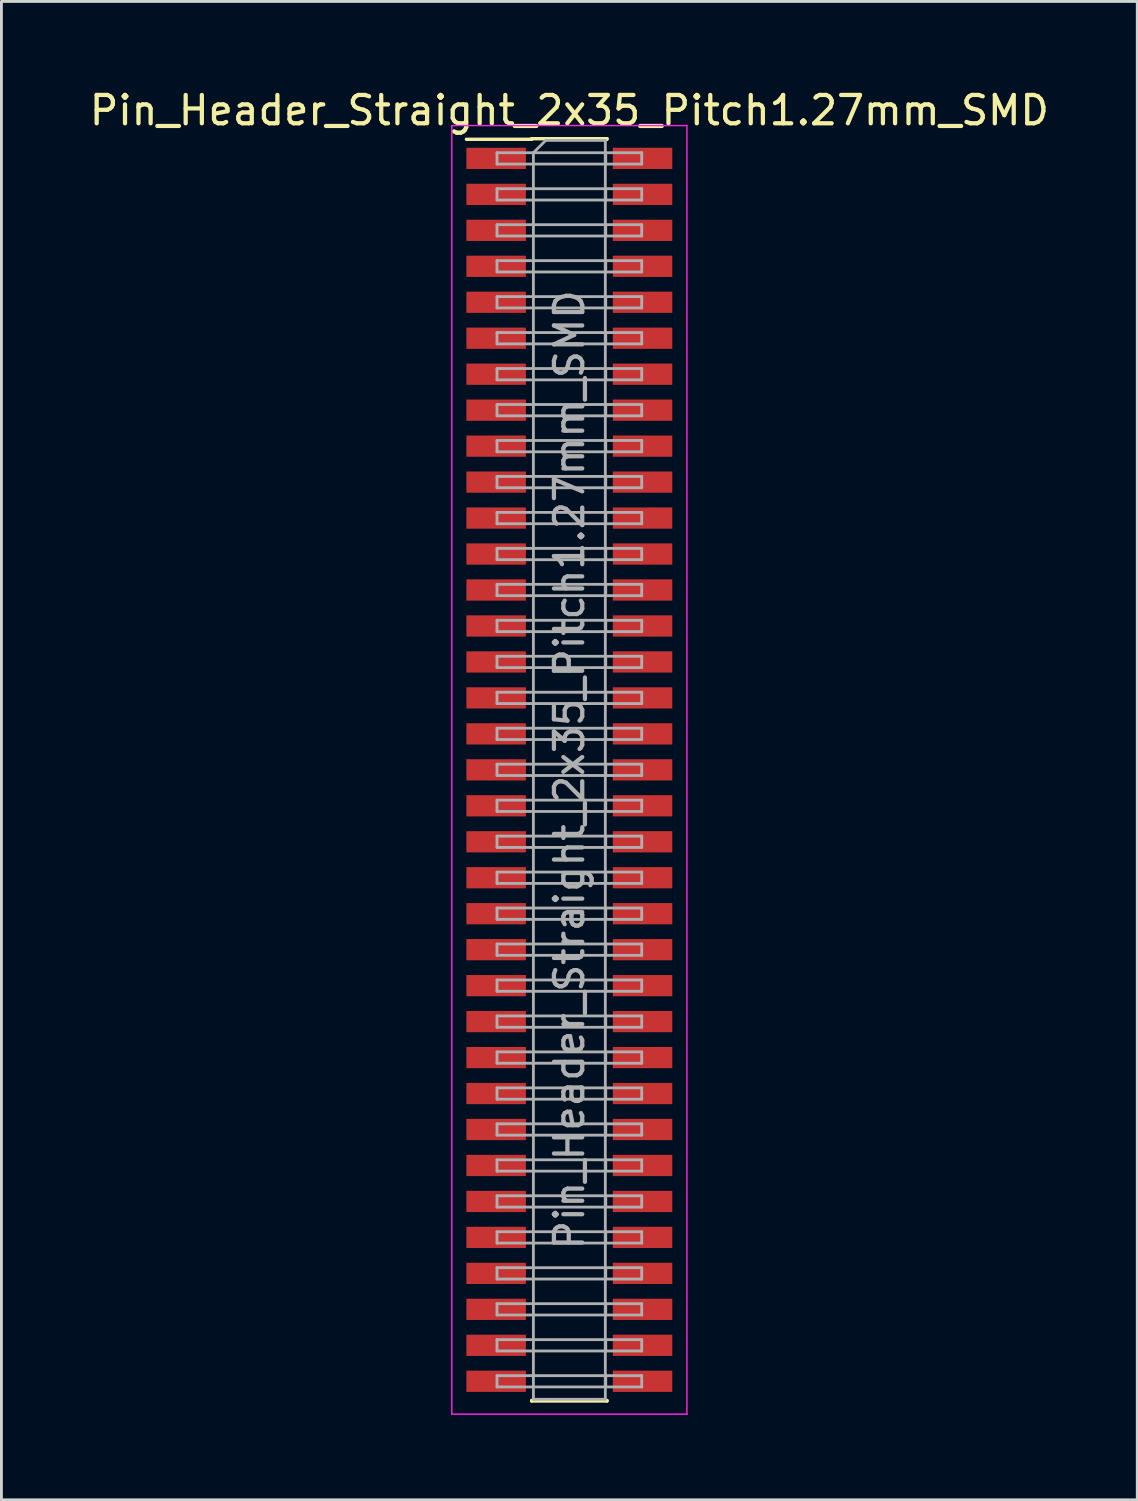
<source format=kicad_pcb>
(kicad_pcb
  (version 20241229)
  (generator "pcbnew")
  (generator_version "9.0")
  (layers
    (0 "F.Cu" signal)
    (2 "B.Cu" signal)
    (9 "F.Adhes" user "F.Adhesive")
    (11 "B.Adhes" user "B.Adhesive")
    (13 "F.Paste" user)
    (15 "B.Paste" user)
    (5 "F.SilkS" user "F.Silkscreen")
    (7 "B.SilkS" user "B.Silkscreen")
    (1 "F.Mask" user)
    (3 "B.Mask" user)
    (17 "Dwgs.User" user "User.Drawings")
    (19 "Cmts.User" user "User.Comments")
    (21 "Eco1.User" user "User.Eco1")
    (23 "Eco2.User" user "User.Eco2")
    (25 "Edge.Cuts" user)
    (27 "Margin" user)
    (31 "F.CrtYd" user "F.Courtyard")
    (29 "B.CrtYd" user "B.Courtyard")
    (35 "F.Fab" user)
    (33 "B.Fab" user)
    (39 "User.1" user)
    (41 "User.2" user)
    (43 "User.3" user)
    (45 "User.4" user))
  (footprint "Pin_Header_Straight_2x35_Pitch1.27mm_SMD"
    (layer "F.Cu")
    (at 17.054 24.133)
    (property "Reference" "Pin_Header_Straight_2x35_Pitch1.27mm_SMD" (at 0 -23.285 0) (layer "F.SilkS") (effects (font (size 1 1) (thickness 0.15))))
    (attr smd)
    (fp_line (start -3.635 -22.265) (end -1.33 -22.265) (stroke (width 0.12) (type solid)) (layer "F.SilkS"))
    (fp_line (start -1.33 -22.285) (end 1.33 -22.285) (stroke (width 0.12) (type solid)) (layer "F.SilkS"))
    (fp_line (start -1.33 -22.265) (end -1.33 -22.285) (stroke (width 0.12) (type solid)) (layer "F.SilkS"))
    (fp_line (start -1.33 22.265) (end -1.33 22.285) (stroke (width 0.12) (type solid)) (layer "F.SilkS"))
    (fp_line (start -1.33 22.285) (end 1.33 22.285) (stroke (width 0.12) (type solid)) (layer "F.SilkS"))
    (fp_line (start 1.33 -22.285) (end 1.33 -22.265) (stroke (width 0.12) (type solid)) (layer "F.SilkS"))
    (fp_line (start 1.33 22.285) (end 1.33 22.265) (stroke (width 0.12) (type solid)) (layer "F.SilkS"))
    (fp_line (start -4.15 -22.75) (end -4.15 22.75) (stroke (width 0.05) (type solid)) (layer "F.CrtYd"))
    (fp_line (start -4.15 22.75) (end 4.15 22.75) (stroke (width 0.05) (type solid)) (layer "F.CrtYd"))
    (fp_line (start 4.15 -22.75) (end -4.15 -22.75) (stroke (width 0.05) (type solid)) (layer "F.CrtYd"))
    (fp_line (start 4.15 22.75) (end 4.15 -22.75) (stroke (width 0.05) (type solid)) (layer "F.CrtYd"))
    (fp_line (start -2.555 -21.79) (end -2.555 -21.39) (stroke (width 0.1) (type solid)) (layer "F.Fab"))
    (fp_line (start -2.555 -21.39) (end -1.27 -21.39) (stroke (width 0.1) (type solid)) (layer "F.Fab"))
    (fp_line (start -2.555 -20.52) (end -2.555 -20.12) (stroke (width 0.1) (type solid)) (layer "F.Fab"))
    (fp_line (start -2.555 -20.12) (end -1.27 -20.12) (stroke (width 0.1) (type solid)) (layer "F.Fab"))
    (fp_line (start -2.555 -19.25) (end -2.555 -18.85) (stroke (width 0.1) (type solid)) (layer "F.Fab"))
    (fp_line (start -2.555 -18.85) (end -1.27 -18.85) (stroke (width 0.1) (type solid)) (layer "F.Fab"))
    (fp_line (start -2.555 -17.98) (end -2.555 -17.58) (stroke (width 0.1) (type solid)) (layer "F.Fab"))
    (fp_line (start -2.555 -17.58) (end -1.27 -17.58) (stroke (width 0.1) (type solid)) (layer "F.Fab"))
    (fp_line (start -2.555 -16.71) (end -2.555 -16.31) (stroke (width 0.1) (type solid)) (layer "F.Fab"))
    (fp_line (start -2.555 -16.31) (end -1.27 -16.31) (stroke (width 0.1) (type solid)) (layer "F.Fab"))
    (fp_line (start -2.555 -15.44) (end -2.555 -15.04) (stroke (width 0.1) (type solid)) (layer "F.Fab"))
    (fp_line (start -2.555 -15.04) (end -1.27 -15.04) (stroke (width 0.1) (type solid)) (layer "F.Fab"))
    (fp_line (start -2.555 -14.17) (end -2.555 -13.77) (stroke (width 0.1) (type solid)) (layer "F.Fab"))
    (fp_line (start -2.555 -13.77) (end -1.27 -13.77) (stroke (width 0.1) (type solid)) (layer "F.Fab"))
    (fp_line (start -2.555 -12.9) (end -2.555 -12.5) (stroke (width 0.1) (type solid)) (layer "F.Fab"))
    (fp_line (start -2.555 -12.5) (end -1.27 -12.5) (stroke (width 0.1) (type solid)) (layer "F.Fab"))
    (fp_line (start -2.555 -11.63) (end -2.555 -11.23) (stroke (width 0.1) (type solid)) (layer "F.Fab"))
    (fp_line (start -2.555 -11.23) (end -1.27 -11.23) (stroke (width 0.1) (type solid)) (layer "F.Fab"))
    (fp_line (start -2.555 -10.36) (end -2.555 -9.96) (stroke (width 0.1) (type solid)) (layer "F.Fab"))
    (fp_line (start -2.555 -9.96) (end -1.27 -9.96) (stroke (width 0.1) (type solid)) (layer "F.Fab"))
    (fp_line (start -2.555 -9.09) (end -2.555 -8.69) (stroke (width 0.1) (type solid)) (layer "F.Fab"))
    (fp_line (start -2.555 -8.69) (end -1.27 -8.69) (stroke (width 0.1) (type solid)) (layer "F.Fab"))
    (fp_line (start -2.555 -7.82) (end -2.555 -7.42) (stroke (width 0.1) (type solid)) (layer "F.Fab"))
    (fp_line (start -2.555 -7.42) (end -1.27 -7.42) (stroke (width 0.1) (type solid)) (layer "F.Fab"))
    (fp_line (start -2.555 -6.55) (end -2.555 -6.15) (stroke (width 0.1) (type solid)) (layer "F.Fab"))
    (fp_line (start -2.555 -6.15) (end -1.27 -6.15) (stroke (width 0.1) (type solid)) (layer "F.Fab"))
    (fp_line (start -2.555 -5.28) (end -2.555 -4.88) (stroke (width 0.1) (type solid)) (layer "F.Fab"))
    (fp_line (start -2.555 -4.88) (end -1.27 -4.88) (stroke (width 0.1) (type solid)) (layer "F.Fab"))
    (fp_line (start -2.555 -4.01) (end -2.555 -3.61) (stroke (width 0.1) (type solid)) (layer "F.Fab"))
    (fp_line (start -2.555 -3.61) (end -1.27 -3.61) (stroke (width 0.1) (type solid)) (layer "F.Fab"))
    (fp_line (start -2.555 -2.74) (end -2.555 -2.34) (stroke (width 0.1) (type solid)) (layer "F.Fab"))
    (fp_line (start -2.555 -2.34) (end -1.27 -2.34) (stroke (width 0.1) (type solid)) (layer "F.Fab"))
    (fp_line (start -2.555 -1.47) (end -2.555 -1.07) (stroke (width 0.1) (type solid)) (layer "F.Fab"))
    (fp_line (start -2.555 -1.07) (end -1.27 -1.07) (stroke (width 0.1) (type solid)) (layer "F.Fab"))
    (fp_line (start -2.555 -0.2) (end -2.555 0.2) (stroke (width 0.1) (type solid)) (layer "F.Fab"))
    (fp_line (start -2.555 0.2) (end -1.27 0.2) (stroke (width 0.1) (type solid)) (layer "F.Fab"))
    (fp_line (start -2.555 1.07) (end -2.555 1.47) (stroke (width 0.1) (type solid)) (layer "F.Fab"))
    (fp_line (start -2.555 1.47) (end -1.27 1.47) (stroke (width 0.1) (type solid)) (layer "F.Fab"))
    (fp_line (start -2.555 2.34) (end -2.555 2.74) (stroke (width 0.1) (type solid)) (layer "F.Fab"))
    (fp_line (start -2.555 2.74) (end -1.27 2.74) (stroke (width 0.1) (type solid)) (layer "F.Fab"))
    (fp_line (start -2.555 3.61) (end -2.555 4.01) (stroke (width 0.1) (type solid)) (layer "F.Fab"))
    (fp_line (start -2.555 4.01) (end -1.27 4.01) (stroke (width 0.1) (type solid)) (layer "F.Fab"))
    (fp_line (start -2.555 4.88) (end -2.555 5.28) (stroke (width 0.1) (type solid)) (layer "F.Fab"))
    (fp_line (start -2.555 5.28) (end -1.27 5.28) (stroke (width 0.1) (type solid)) (layer "F.Fab"))
    (fp_line (start -2.555 6.15) (end -2.555 6.55) (stroke (width 0.1) (type solid)) (layer "F.Fab"))
    (fp_line (start -2.555 6.55) (end -1.27 6.55) (stroke (width 0.1) (type solid)) (layer "F.Fab"))
    (fp_line (start -2.555 7.42) (end -2.555 7.82) (stroke (width 0.1) (type solid)) (layer "F.Fab"))
    (fp_line (start -2.555 7.82) (end -1.27 7.82) (stroke (width 0.1) (type solid)) (layer "F.Fab"))
    (fp_line (start -2.555 8.69) (end -2.555 9.09) (stroke (width 0.1) (type solid)) (layer "F.Fab"))
    (fp_line (start -2.555 9.09) (end -1.27 9.09) (stroke (width 0.1) (type solid)) (layer "F.Fab"))
    (fp_line (start -2.555 9.96) (end -2.555 10.36) (stroke (width 0.1) (type solid)) (layer "F.Fab"))
    (fp_line (start -2.555 10.36) (end -1.27 10.36) (stroke (width 0.1) (type solid)) (layer "F.Fab"))
    (fp_line (start -2.555 11.23) (end -2.555 11.63) (stroke (width 0.1) (type solid)) (layer "F.Fab"))
    (fp_line (start -2.555 11.63) (end -1.27 11.63) (stroke (width 0.1) (type solid)) (layer "F.Fab"))
    (fp_line (start -2.555 12.5) (end -2.555 12.9) (stroke (width 0.1) (type solid)) (layer "F.Fab"))
    (fp_line (start -2.555 12.9) (end -1.27 12.9) (stroke (width 0.1) (type solid)) (layer "F.Fab"))
    (fp_line (start -2.555 13.77) (end -2.555 14.17) (stroke (width 0.1) (type solid)) (layer "F.Fab"))
    (fp_line (start -2.555 14.17) (end -1.27 14.17) (stroke (width 0.1) (type solid)) (layer "F.Fab"))
    (fp_line (start -2.555 15.04) (end -2.555 15.44) (stroke (width 0.1) (type solid)) (layer "F.Fab"))
    (fp_line (start -2.555 15.44) (end -1.27 15.44) (stroke (width 0.1) (type solid)) (layer "F.Fab"))
    (fp_line (start -2.555 16.31) (end -2.555 16.71) (stroke (width 0.1) (type solid)) (layer "F.Fab"))
    (fp_line (start -2.555 16.71) (end -1.27 16.71) (stroke (width 0.1) (type solid)) (layer "F.Fab"))
    (fp_line (start -2.555 17.58) (end -2.555 17.98) (stroke (width 0.1) (type solid)) (layer "F.Fab"))
    (fp_line (start -2.555 17.98) (end -1.27 17.98) (stroke (width 0.1) (type solid)) (layer "F.Fab"))
    (fp_line (start -2.555 18.85) (end -2.555 19.25) (stroke (width 0.1) (type solid)) (layer "F.Fab"))
    (fp_line (start -2.555 19.25) (end -1.27 19.25) (stroke (width 0.1) (type solid)) (layer "F.Fab"))
    (fp_line (start -2.555 20.12) (end -2.555 20.52) (stroke (width 0.1) (type solid)) (layer "F.Fab"))
    (fp_line (start -2.555 20.52) (end -1.27 20.52) (stroke (width 0.1) (type solid)) (layer "F.Fab"))
    (fp_line (start -2.555 21.39) (end -2.555 21.79) (stroke (width 0.1) (type solid)) (layer "F.Fab"))
    (fp_line (start -2.555 21.79) (end -1.27 21.79) (stroke (width 0.1) (type solid)) (layer "F.Fab"))
    (fp_line (start -1.27 -21.79) (end -2.555 -21.79) (stroke (width 0.1) (type solid)) (layer "F.Fab"))
    (fp_line (start -1.27 -21.79) (end -0.835 -22.225) (stroke (width 0.1) (type solid)) (layer "F.Fab"))
    (fp_line (start -1.27 -21.79) (end 1.285 -21.79) (stroke (width 0.1) (type solid)) (layer "F.Fab"))
    (fp_line (start -1.27 -20.52) (end -2.555 -20.52) (stroke (width 0.1) (type solid)) (layer "F.Fab"))
    (fp_line (start -1.27 -20.52) (end 1.285 -20.52) (stroke (width 0.1) (type solid)) (layer "F.Fab"))
    (fp_line (start -1.27 -19.25) (end -2.555 -19.25) (stroke (width 0.1) (type solid)) (layer "F.Fab"))
    (fp_line (start -1.27 -19.25) (end 1.285 -19.25) (stroke (width 0.1) (type solid)) (layer "F.Fab"))
    (fp_line (start -1.27 -17.98) (end -2.555 -17.98) (stroke (width 0.1) (type solid)) (layer "F.Fab"))
    (fp_line (start -1.27 -17.98) (end 1.285 -17.98) (stroke (width 0.1) (type solid)) (layer "F.Fab"))
    (fp_line (start -1.27 -16.71) (end -2.555 -16.71) (stroke (width 0.1) (type solid)) (layer "F.Fab"))
    (fp_line (start -1.27 -16.71) (end 1.285 -16.71) (stroke (width 0.1) (type solid)) (layer "F.Fab"))
    (fp_line (start -1.27 -15.44) (end -2.555 -15.44) (stroke (width 0.1) (type solid)) (layer "F.Fab"))
    (fp_line (start -1.27 -15.44) (end 1.285 -15.44) (stroke (width 0.1) (type solid)) (layer "F.Fab"))
    (fp_line (start -1.27 -14.17) (end -2.555 -14.17) (stroke (width 0.1) (type solid)) (layer "F.Fab"))
    (fp_line (start -1.27 -14.17) (end 1.285 -14.17) (stroke (width 0.1) (type solid)) (layer "F.Fab"))
    (fp_line (start -1.27 -12.9) (end -2.555 -12.9) (stroke (width 0.1) (type solid)) (layer "F.Fab"))
    (fp_line (start -1.27 -12.9) (end 1.285 -12.9) (stroke (width 0.1) (type solid)) (layer "F.Fab"))
    (fp_line (start -1.27 -11.63) (end -2.555 -11.63) (stroke (width 0.1) (type solid)) (layer "F.Fab"))
    (fp_line (start -1.27 -11.63) (end 1.285 -11.63) (stroke (width 0.1) (type solid)) (layer "F.Fab"))
    (fp_line (start -1.27 -10.36) (end -2.555 -10.36) (stroke (width 0.1) (type solid)) (layer "F.Fab"))
    (fp_line (start -1.27 -10.36) (end 1.285 -10.36) (stroke (width 0.1) (type solid)) (layer "F.Fab"))
    (fp_line (start -1.27 -9.09) (end -2.555 -9.09) (stroke (width 0.1) (type solid)) (layer "F.Fab"))
    (fp_line (start -1.27 -9.09) (end 1.285 -9.09) (stroke (width 0.1) (type solid)) (layer "F.Fab"))
    (fp_line (start -1.27 -7.82) (end -2.555 -7.82) (stroke (width 0.1) (type solid)) (layer "F.Fab"))
    (fp_line (start -1.27 -7.82) (end 1.285 -7.82) (stroke (width 0.1) (type solid)) (layer "F.Fab"))
    (fp_line (start -1.27 -6.55) (end -2.555 -6.55) (stroke (width 0.1) (type solid)) (layer "F.Fab"))
    (fp_line (start -1.27 -6.55) (end 1.285 -6.55) (stroke (width 0.1) (type solid)) (layer "F.Fab"))
    (fp_line (start -1.27 -5.28) (end -2.555 -5.28) (stroke (width 0.1) (type solid)) (layer "F.Fab"))
    (fp_line (start -1.27 -5.28) (end 1.285 -5.28) (stroke (width 0.1) (type solid)) (layer "F.Fab"))
    (fp_line (start -1.27 -4.01) (end -2.555 -4.01) (stroke (width 0.1) (type solid)) (layer "F.Fab"))
    (fp_line (start -1.27 -4.01) (end 1.285 -4.01) (stroke (width 0.1) (type solid)) (layer "F.Fab"))
    (fp_line (start -1.27 -2.74) (end -2.555 -2.74) (stroke (width 0.1) (type solid)) (layer "F.Fab"))
    (fp_line (start -1.27 -2.74) (end 1.285 -2.74) (stroke (width 0.1) (type solid)) (layer "F.Fab"))
    (fp_line (start -1.27 -1.47) (end -2.555 -1.47) (stroke (width 0.1) (type solid)) (layer "F.Fab"))
    (fp_line (start -1.27 -1.47) (end 1.285 -1.47) (stroke (width 0.1) (type solid)) (layer "F.Fab"))
    (fp_line (start -1.27 -0.2) (end -2.555 -0.2) (stroke (width 0.1) (type solid)) (layer "F.Fab"))
    (fp_line (start -1.27 -0.2) (end 1.285 -0.2) (stroke (width 0.1) (type solid)) (layer "F.Fab"))
    (fp_line (start -1.27 1.07) (end -2.555 1.07) (stroke (width 0.1) (type solid)) (layer "F.Fab"))
    (fp_line (start -1.27 1.07) (end 1.285 1.07) (stroke (width 0.1) (type solid)) (layer "F.Fab"))
    (fp_line (start -1.27 2.34) (end -2.555 2.34) (stroke (width 0.1) (type solid)) (layer "F.Fab"))
    (fp_line (start -1.27 2.34) (end 1.285 2.34) (stroke (width 0.1) (type solid)) (layer "F.Fab"))
    (fp_line (start -1.27 3.61) (end -2.555 3.61) (stroke (width 0.1) (type solid)) (layer "F.Fab"))
    (fp_line (start -1.27 3.61) (end 1.285 3.61) (stroke (width 0.1) (type solid)) (layer "F.Fab"))
    (fp_line (start -1.27 4.88) (end -2.555 4.88) (stroke (width 0.1) (type solid)) (layer "F.Fab"))
    (fp_line (start -1.27 4.88) (end 1.285 4.88) (stroke (width 0.1) (type solid)) (layer "F.Fab"))
    (fp_line (start -1.27 6.15) (end -2.555 6.15) (stroke (width 0.1) (type solid)) (layer "F.Fab"))
    (fp_line (start -1.27 6.15) (end 1.285 6.15) (stroke (width 0.1) (type solid)) (layer "F.Fab"))
    (fp_line (start -1.27 7.42) (end -2.555 7.42) (stroke (width 0.1) (type solid)) (layer "F.Fab"))
    (fp_line (start -1.27 7.42) (end 1.285 7.42) (stroke (width 0.1) (type solid)) (layer "F.Fab"))
    (fp_line (start -1.27 8.69) (end -2.555 8.69) (stroke (width 0.1) (type solid)) (layer "F.Fab"))
    (fp_line (start -1.27 8.69) (end 1.285 8.69) (stroke (width 0.1) (type solid)) (layer "F.Fab"))
    (fp_line (start -1.27 9.96) (end -2.555 9.96) (stroke (width 0.1) (type solid)) (layer "F.Fab"))
    (fp_line (start -1.27 9.96) (end 1.285 9.96) (stroke (width 0.1) (type solid)) (layer "F.Fab"))
    (fp_line (start -1.27 11.23) (end -2.555 11.23) (stroke (width 0.1) (type solid)) (layer "F.Fab"))
    (fp_line (start -1.27 11.23) (end 1.285 11.23) (stroke (width 0.1) (type solid)) (layer "F.Fab"))
    (fp_line (start -1.27 12.5) (end -2.555 12.5) (stroke (width 0.1) (type solid)) (layer "F.Fab"))
    (fp_line (start -1.27 12.5) (end 1.285 12.5) (stroke (width 0.1) (type solid)) (layer "F.Fab"))
    (fp_line (start -1.27 13.77) (end -2.555 13.77) (stroke (width 0.1) (type solid)) (layer "F.Fab"))
    (fp_line (start -1.27 13.77) (end 1.285 13.77) (stroke (width 0.1) (type solid)) (layer "F.Fab"))
    (fp_line (start -1.27 15.04) (end -2.555 15.04) (stroke (width 0.1) (type solid)) (layer "F.Fab"))
    (fp_line (start -1.27 15.04) (end 1.285 15.04) (stroke (width 0.1) (type solid)) (layer "F.Fab"))
    (fp_line (start -1.27 16.31) (end -2.555 16.31) (stroke (width 0.1) (type solid)) (layer "F.Fab"))
    (fp_line (start -1.27 16.31) (end 1.285 16.31) (stroke (width 0.1) (type solid)) (layer "F.Fab"))
    (fp_line (start -1.27 17.58) (end -2.555 17.58) (stroke (width 0.1) (type solid)) (layer "F.Fab"))
    (fp_line (start -1.27 17.58) (end 1.285 17.58) (stroke (width 0.1) (type solid)) (layer "F.Fab"))
    (fp_line (start -1.27 18.85) (end -2.555 18.85) (stroke (width 0.1) (type solid)) (layer "F.Fab"))
    (fp_line (start -1.27 18.85) (end 1.285 18.85) (stroke (width 0.1) (type solid)) (layer "F.Fab"))
    (fp_line (start -1.27 20.12) (end -2.555 20.12) (stroke (width 0.1) (type solid)) (layer "F.Fab"))
    (fp_line (start -1.27 20.12) (end 1.285 20.12) (stroke (width 0.1) (type solid)) (layer "F.Fab"))
    (fp_line (start -1.27 21.39) (end -2.555 21.39) (stroke (width 0.1) (type solid)) (layer "F.Fab"))
    (fp_line (start -1.27 21.39) (end 1.285 21.39) (stroke (width 0.1) (type solid)) (layer "F.Fab"))
    (fp_line (start -1.27 22.225) (end -1.27 -21.79) (stroke (width 0.1) (type solid)) (layer "F.Fab"))
    (fp_line (start -0.835 -22.225) (end 1.27 -22.225) (stroke (width 0.1) (type solid)) (layer "F.Fab"))
    (fp_line (start 1.27 -22.225) (end 1.27 22.225) (stroke (width 0.1) (type solid)) (layer "F.Fab"))
    (fp_line (start 1.27 -21.79) (end 1.27 -21.39) (stroke (width 0.1) (type solid)) (layer "F.Fab"))
    (fp_line (start 1.27 -21.39) (end 2.555 -21.39) (stroke (width 0.1) (type solid)) (layer "F.Fab"))
    (fp_line (start 1.27 -20.52) (end 1.27 -20.12) (stroke (width 0.1) (type solid)) (layer "F.Fab"))
    (fp_line (start 1.27 -20.12) (end 2.555 -20.12) (stroke (width 0.1) (type solid)) (layer "F.Fab"))
    (fp_line (start 1.27 -19.25) (end 1.27 -18.85) (stroke (width 0.1) (type solid)) (layer "F.Fab"))
    (fp_line (start 1.27 -18.85) (end 2.555 -18.85) (stroke (width 0.1) (type solid)) (layer "F.Fab"))
    (fp_line (start 1.27 -17.98) (end 1.27 -17.58) (stroke (width 0.1) (type solid)) (layer "F.Fab"))
    (fp_line (start 1.27 -17.58) (end 2.555 -17.58) (stroke (width 0.1) (type solid)) (layer "F.Fab"))
    (fp_line (start 1.27 -16.71) (end 1.27 -16.31) (stroke (width 0.1) (type solid)) (layer "F.Fab"))
    (fp_line (start 1.27 -16.31) (end 2.555 -16.31) (stroke (width 0.1) (type solid)) (layer "F.Fab"))
    (fp_line (start 1.27 -15.44) (end 1.27 -15.04) (stroke (width 0.1) (type solid)) (layer "F.Fab"))
    (fp_line (start 1.27 -15.04) (end 2.555 -15.04) (stroke (width 0.1) (type solid)) (layer "F.Fab"))
    (fp_line (start 1.27 -14.17) (end 1.27 -13.77) (stroke (width 0.1) (type solid)) (layer "F.Fab"))
    (fp_line (start 1.27 -13.77) (end 2.555 -13.77) (stroke (width 0.1) (type solid)) (layer "F.Fab"))
    (fp_line (start 1.27 -12.9) (end 1.27 -12.5) (stroke (width 0.1) (type solid)) (layer "F.Fab"))
    (fp_line (start 1.27 -12.5) (end 2.555 -12.5) (stroke (width 0.1) (type solid)) (layer "F.Fab"))
    (fp_line (start 1.27 -11.63) (end 1.27 -11.23) (stroke (width 0.1) (type solid)) (layer "F.Fab"))
    (fp_line (start 1.27 -11.23) (end 2.555 -11.23) (stroke (width 0.1) (type solid)) (layer "F.Fab"))
    (fp_line (start 1.27 -10.36) (end 1.27 -9.96) (stroke (width 0.1) (type solid)) (layer "F.Fab"))
    (fp_line (start 1.27 -9.96) (end 2.555 -9.96) (stroke (width 0.1) (type solid)) (layer "F.Fab"))
    (fp_line (start 1.27 -9.09) (end 1.27 -8.69) (stroke (width 0.1) (type solid)) (layer "F.Fab"))
    (fp_line (start 1.27 -8.69) (end 2.555 -8.69) (stroke (width 0.1) (type solid)) (layer "F.Fab"))
    (fp_line (start 1.27 -7.82) (end 1.27 -7.42) (stroke (width 0.1) (type solid)) (layer "F.Fab"))
    (fp_line (start 1.27 -7.42) (end 2.555 -7.42) (stroke (width 0.1) (type solid)) (layer "F.Fab"))
    (fp_line (start 1.27 -6.55) (end 1.27 -6.15) (stroke (width 0.1) (type solid)) (layer "F.Fab"))
    (fp_line (start 1.27 -6.15) (end 2.555 -6.15) (stroke (width 0.1) (type solid)) (layer "F.Fab"))
    (fp_line (start 1.27 -5.28) (end 1.27 -4.88) (stroke (width 0.1) (type solid)) (layer "F.Fab"))
    (fp_line (start 1.27 -4.88) (end 2.555 -4.88) (stroke (width 0.1) (type solid)) (layer "F.Fab"))
    (fp_line (start 1.27 -4.01) (end 1.27 -3.61) (stroke (width 0.1) (type solid)) (layer "F.Fab"))
    (fp_line (start 1.27 -3.61) (end 2.555 -3.61) (stroke (width 0.1) (type solid)) (layer "F.Fab"))
    (fp_line (start 1.27 -2.74) (end 1.27 -2.34) (stroke (width 0.1) (type solid)) (layer "F.Fab"))
    (fp_line (start 1.27 -2.34) (end 2.555 -2.34) (stroke (width 0.1) (type solid)) (layer "F.Fab"))
    (fp_line (start 1.27 -1.47) (end 1.27 -1.07) (stroke (width 0.1) (type solid)) (layer "F.Fab"))
    (fp_line (start 1.27 -1.07) (end 2.555 -1.07) (stroke (width 0.1) (type solid)) (layer "F.Fab"))
    (fp_line (start 1.27 -0.2) (end 1.27 0.2) (stroke (width 0.1) (type solid)) (layer "F.Fab"))
    (fp_line (start 1.27 0.2) (end 2.555 0.2) (stroke (width 0.1) (type solid)) (layer "F.Fab"))
    (fp_line (start 1.27 1.07) (end 1.27 1.47) (stroke (width 0.1) (type solid)) (layer "F.Fab"))
    (fp_line (start 1.27 1.47) (end 2.555 1.47) (stroke (width 0.1) (type solid)) (layer "F.Fab"))
    (fp_line (start 1.27 2.34) (end 1.27 2.74) (stroke (width 0.1) (type solid)) (layer "F.Fab"))
    (fp_line (start 1.27 2.74) (end 2.555 2.74) (stroke (width 0.1) (type solid)) (layer "F.Fab"))
    (fp_line (start 1.27 3.61) (end 1.27 4.01) (stroke (width 0.1) (type solid)) (layer "F.Fab"))
    (fp_line (start 1.27 4.01) (end 2.555 4.01) (stroke (width 0.1) (type solid)) (layer "F.Fab"))
    (fp_line (start 1.27 4.88) (end 1.27 5.28) (stroke (width 0.1) (type solid)) (layer "F.Fab"))
    (fp_line (start 1.27 5.28) (end 2.555 5.28) (stroke (width 0.1) (type solid)) (layer "F.Fab"))
    (fp_line (start 1.27 6.15) (end 1.27 6.55) (stroke (width 0.1) (type solid)) (layer "F.Fab"))
    (fp_line (start 1.27 6.55) (end 2.555 6.55) (stroke (width 0.1) (type solid)) (layer "F.Fab"))
    (fp_line (start 1.27 7.42) (end 1.27 7.82) (stroke (width 0.1) (type solid)) (layer "F.Fab"))
    (fp_line (start 1.27 7.82) (end 2.555 7.82) (stroke (width 0.1) (type solid)) (layer "F.Fab"))
    (fp_line (start 1.27 8.69) (end 1.27 9.09) (stroke (width 0.1) (type solid)) (layer "F.Fab"))
    (fp_line (start 1.27 9.09) (end 2.555 9.09) (stroke (width 0.1) (type solid)) (layer "F.Fab"))
    (fp_line (start 1.27 9.96) (end 1.27 10.36) (stroke (width 0.1) (type solid)) (layer "F.Fab"))
    (fp_line (start 1.27 10.36) (end 2.555 10.36) (stroke (width 0.1) (type solid)) (layer "F.Fab"))
    (fp_line (start 1.27 11.23) (end 1.27 11.63) (stroke (width 0.1) (type solid)) (layer "F.Fab"))
    (fp_line (start 1.27 11.63) (end 2.555 11.63) (stroke (width 0.1) (type solid)) (layer "F.Fab"))
    (fp_line (start 1.27 12.5) (end 1.27 12.9) (stroke (width 0.1) (type solid)) (layer "F.Fab"))
    (fp_line (start 1.27 12.9) (end 2.555 12.9) (stroke (width 0.1) (type solid)) (layer "F.Fab"))
    (fp_line (start 1.27 13.77) (end 1.27 14.17) (stroke (width 0.1) (type solid)) (layer "F.Fab"))
    (fp_line (start 1.27 14.17) (end 2.555 14.17) (stroke (width 0.1) (type solid)) (layer "F.Fab"))
    (fp_line (start 1.27 15.04) (end 1.27 15.44) (stroke (width 0.1) (type solid)) (layer "F.Fab"))
    (fp_line (start 1.27 15.44) (end 2.555 15.44) (stroke (width 0.1) (type solid)) (layer "F.Fab"))
    (fp_line (start 1.27 16.31) (end 1.27 16.71) (stroke (width 0.1) (type solid)) (layer "F.Fab"))
    (fp_line (start 1.27 16.71) (end 2.555 16.71) (stroke (width 0.1) (type solid)) (layer "F.Fab"))
    (fp_line (start 1.27 17.58) (end 1.27 17.98) (stroke (width 0.1) (type solid)) (layer "F.Fab"))
    (fp_line (start 1.27 17.98) (end 2.555 17.98) (stroke (width 0.1) (type solid)) (layer "F.Fab"))
    (fp_line (start 1.27 18.85) (end 1.27 19.25) (stroke (width 0.1) (type solid)) (layer "F.Fab"))
    (fp_line (start 1.27 19.25) (end 2.555 19.25) (stroke (width 0.1) (type solid)) (layer "F.Fab"))
    (fp_line (start 1.27 20.12) (end 1.27 20.52) (stroke (width 0.1) (type solid)) (layer "F.Fab"))
    (fp_line (start 1.27 20.52) (end 2.555 20.52) (stroke (width 0.1) (type solid)) (layer "F.Fab"))
    (fp_line (start 1.27 21.39) (end 1.27 21.79) (stroke (width 0.1) (type solid)) (layer "F.Fab"))
    (fp_line (start 1.27 21.79) (end 2.555 21.79) (stroke (width 0.1) (type solid)) (layer "F.Fab"))
    (fp_line (start 1.27 22.225) (end -1.27 22.225) (stroke (width 0.1) (type solid)) (layer "F.Fab"))
    (fp_line (start 1.285 -21.79) (end 1.285 -21.39) (stroke (width 0.1) (type solid)) (layer "F.Fab"))
    (fp_line (start 1.285 -21.39) (end -1.27 -21.39) (stroke (width 0.1) (type solid)) (layer "F.Fab"))
    (fp_line (start 1.285 -20.52) (end 1.285 -20.12) (stroke (width 0.1) (type solid)) (layer "F.Fab"))
    (fp_line (start 1.285 -20.12) (end -1.27 -20.12) (stroke (width 0.1) (type solid)) (layer "F.Fab"))
    (fp_line (start 1.285 -19.25) (end 1.285 -18.85) (stroke (width 0.1) (type solid)) (layer "F.Fab"))
    (fp_line (start 1.285 -18.85) (end -1.27 -18.85) (stroke (width 0.1) (type solid)) (layer "F.Fab"))
    (fp_line (start 1.285 -17.98) (end 1.285 -17.58) (stroke (width 0.1) (type solid)) (layer "F.Fab"))
    (fp_line (start 1.285 -17.58) (end -1.27 -17.58) (stroke (width 0.1) (type solid)) (layer "F.Fab"))
    (fp_line (start 1.285 -16.71) (end 1.285 -16.31) (stroke (width 0.1) (type solid)) (layer "F.Fab"))
    (fp_line (start 1.285 -16.31) (end -1.27 -16.31) (stroke (width 0.1) (type solid)) (layer "F.Fab"))
    (fp_line (start 1.285 -15.44) (end 1.285 -15.04) (stroke (width 0.1) (type solid)) (layer "F.Fab"))
    (fp_line (start 1.285 -15.04) (end -1.27 -15.04) (stroke (width 0.1) (type solid)) (layer "F.Fab"))
    (fp_line (start 1.285 -14.17) (end 1.285 -13.77) (stroke (width 0.1) (type solid)) (layer "F.Fab"))
    (fp_line (start 1.285 -13.77) (end -1.27 -13.77) (stroke (width 0.1) (type solid)) (layer "F.Fab"))
    (fp_line (start 1.285 -12.9) (end 1.285 -12.5) (stroke (width 0.1) (type solid)) (layer "F.Fab"))
    (fp_line (start 1.285 -12.5) (end -1.27 -12.5) (stroke (width 0.1) (type solid)) (layer "F.Fab"))
    (fp_line (start 1.285 -11.63) (end 1.285 -11.23) (stroke (width 0.1) (type solid)) (layer "F.Fab"))
    (fp_line (start 1.285 -11.23) (end -1.27 -11.23) (stroke (width 0.1) (type solid)) (layer "F.Fab"))
    (fp_line (start 1.285 -10.36) (end 1.285 -9.96) (stroke (width 0.1) (type solid)) (layer "F.Fab"))
    (fp_line (start 1.285 -9.96) (end -1.27 -9.96) (stroke (width 0.1) (type solid)) (layer "F.Fab"))
    (fp_line (start 1.285 -9.09) (end 1.285 -8.69) (stroke (width 0.1) (type solid)) (layer "F.Fab"))
    (fp_line (start 1.285 -8.69) (end -1.27 -8.69) (stroke (width 0.1) (type solid)) (layer "F.Fab"))
    (fp_line (start 1.285 -7.82) (end 1.285 -7.42) (stroke (width 0.1) (type solid)) (layer "F.Fab"))
    (fp_line (start 1.285 -7.42) (end -1.27 -7.42) (stroke (width 0.1) (type solid)) (layer "F.Fab"))
    (fp_line (start 1.285 -6.55) (end 1.285 -6.15) (stroke (width 0.1) (type solid)) (layer "F.Fab"))
    (fp_line (start 1.285 -6.15) (end -1.27 -6.15) (stroke (width 0.1) (type solid)) (layer "F.Fab"))
    (fp_line (start 1.285 -5.28) (end 1.285 -4.88) (stroke (width 0.1) (type solid)) (layer "F.Fab"))
    (fp_line (start 1.285 -4.88) (end -1.27 -4.88) (stroke (width 0.1) (type solid)) (layer "F.Fab"))
    (fp_line (start 1.285 -4.01) (end 1.285 -3.61) (stroke (width 0.1) (type solid)) (layer "F.Fab"))
    (fp_line (start 1.285 -3.61) (end -1.27 -3.61) (stroke (width 0.1) (type solid)) (layer "F.Fab"))
    (fp_line (start 1.285 -2.74) (end 1.285 -2.34) (stroke (width 0.1) (type solid)) (layer "F.Fab"))
    (fp_line (start 1.285 -2.34) (end -1.27 -2.34) (stroke (width 0.1) (type solid)) (layer "F.Fab"))
    (fp_line (start 1.285 -1.47) (end 1.285 -1.07) (stroke (width 0.1) (type solid)) (layer "F.Fab"))
    (fp_line (start 1.285 -1.07) (end -1.27 -1.07) (stroke (width 0.1) (type solid)) (layer "F.Fab"))
    (fp_line (start 1.285 -0.2) (end 1.285 0.2) (stroke (width 0.1) (type solid)) (layer "F.Fab"))
    (fp_line (start 1.285 0.2) (end -1.27 0.2) (stroke (width 0.1) (type solid)) (layer "F.Fab"))
    (fp_line (start 1.285 1.07) (end 1.285 1.47) (stroke (width 0.1) (type solid)) (layer "F.Fab"))
    (fp_line (start 1.285 1.47) (end -1.27 1.47) (stroke (width 0.1) (type solid)) (layer "F.Fab"))
    (fp_line (start 1.285 2.34) (end 1.285 2.74) (stroke (width 0.1) (type solid)) (layer "F.Fab"))
    (fp_line (start 1.285 2.74) (end -1.27 2.74) (stroke (width 0.1) (type solid)) (layer "F.Fab"))
    (fp_line (start 1.285 3.61) (end 1.285 4.01) (stroke (width 0.1) (type solid)) (layer "F.Fab"))
    (fp_line (start 1.285 4.01) (end -1.27 4.01) (stroke (width 0.1) (type solid)) (layer "F.Fab"))
    (fp_line (start 1.285 4.88) (end 1.285 5.28) (stroke (width 0.1) (type solid)) (layer "F.Fab"))
    (fp_line (start 1.285 5.28) (end -1.27 5.28) (stroke (width 0.1) (type solid)) (layer "F.Fab"))
    (fp_line (start 1.285 6.15) (end 1.285 6.55) (stroke (width 0.1) (type solid)) (layer "F.Fab"))
    (fp_line (start 1.285 6.55) (end -1.27 6.55) (stroke (width 0.1) (type solid)) (layer "F.Fab"))
    (fp_line (start 1.285 7.42) (end 1.285 7.82) (stroke (width 0.1) (type solid)) (layer "F.Fab"))
    (fp_line (start 1.285 7.82) (end -1.27 7.82) (stroke (width 0.1) (type solid)) (layer "F.Fab"))
    (fp_line (start 1.285 8.69) (end 1.285 9.09) (stroke (width 0.1) (type solid)) (layer "F.Fab"))
    (fp_line (start 1.285 9.09) (end -1.27 9.09) (stroke (width 0.1) (type solid)) (layer "F.Fab"))
    (fp_line (start 1.285 9.96) (end 1.285 10.36) (stroke (width 0.1) (type solid)) (layer "F.Fab"))
    (fp_line (start 1.285 10.36) (end -1.27 10.36) (stroke (width 0.1) (type solid)) (layer "F.Fab"))
    (fp_line (start 1.285 11.23) (end 1.285 11.63) (stroke (width 0.1) (type solid)) (layer "F.Fab"))
    (fp_line (start 1.285 11.63) (end -1.27 11.63) (stroke (width 0.1) (type solid)) (layer "F.Fab"))
    (fp_line (start 1.285 12.5) (end 1.285 12.9) (stroke (width 0.1) (type solid)) (layer "F.Fab"))
    (fp_line (start 1.285 12.9) (end -1.27 12.9) (stroke (width 0.1) (type solid)) (layer "F.Fab"))
    (fp_line (start 1.285 13.77) (end 1.285 14.17) (stroke (width 0.1) (type solid)) (layer "F.Fab"))
    (fp_line (start 1.285 14.17) (end -1.27 14.17) (stroke (width 0.1) (type solid)) (layer "F.Fab"))
    (fp_line (start 1.285 15.04) (end 1.285 15.44) (stroke (width 0.1) (type solid)) (layer "F.Fab"))
    (fp_line (start 1.285 15.44) (end -1.27 15.44) (stroke (width 0.1) (type solid)) (layer "F.Fab"))
    (fp_line (start 1.285 16.31) (end 1.285 16.71) (stroke (width 0.1) (type solid)) (layer "F.Fab"))
    (fp_line (start 1.285 16.71) (end -1.27 16.71) (stroke (width 0.1) (type solid)) (layer "F.Fab"))
    (fp_line (start 1.285 17.58) (end 1.285 17.98) (stroke (width 0.1) (type solid)) (layer "F.Fab"))
    (fp_line (start 1.285 17.98) (end -1.27 17.98) (stroke (width 0.1) (type solid)) (layer "F.Fab"))
    (fp_line (start 1.285 18.85) (end 1.285 19.25) (stroke (width 0.1) (type solid)) (layer "F.Fab"))
    (fp_line (start 1.285 19.25) (end -1.27 19.25) (stroke (width 0.1) (type solid)) (layer "F.Fab"))
    (fp_line (start 1.285 20.12) (end 1.285 20.52) (stroke (width 0.1) (type solid)) (layer "F.Fab"))
    (fp_line (start 1.285 20.52) (end -1.27 20.52) (stroke (width 0.1) (type solid)) (layer "F.Fab"))
    (fp_line (start 1.285 21.39) (end 1.285 21.79) (stroke (width 0.1) (type solid)) (layer "F.Fab"))
    (fp_line (start 1.285 21.79) (end -1.27 21.79) (stroke (width 0.1) (type solid)) (layer "F.Fab"))
    (fp_line (start 2.555 -21.79) (end 1.27 -21.79) (stroke (width 0.1) (type solid)) (layer "F.Fab"))
    (fp_line (start 2.555 -21.39) (end 2.555 -21.79) (stroke (width 0.1) (type solid)) (layer "F.Fab"))
    (fp_line (start 2.555 -20.52) (end 1.27 -20.52) (stroke (width 0.1) (type solid)) (layer "F.Fab"))
    (fp_line (start 2.555 -20.12) (end 2.555 -20.52) (stroke (width 0.1) (type solid)) (layer "F.Fab"))
    (fp_line (start 2.555 -19.25) (end 1.27 -19.25) (stroke (width 0.1) (type solid)) (layer "F.Fab"))
    (fp_line (start 2.555 -18.85) (end 2.555 -19.25) (stroke (width 0.1) (type solid)) (layer "F.Fab"))
    (fp_line (start 2.555 -17.98) (end 1.27 -17.98) (stroke (width 0.1) (type solid)) (layer "F.Fab"))
    (fp_line (start 2.555 -17.58) (end 2.555 -17.98) (stroke (width 0.1) (type solid)) (layer "F.Fab"))
    (fp_line (start 2.555 -16.71) (end 1.27 -16.71) (stroke (width 0.1) (type solid)) (layer "F.Fab"))
    (fp_line (start 2.555 -16.31) (end 2.555 -16.71) (stroke (width 0.1) (type solid)) (layer "F.Fab"))
    (fp_line (start 2.555 -15.44) (end 1.27 -15.44) (stroke (width 0.1) (type solid)) (layer "F.Fab"))
    (fp_line (start 2.555 -15.04) (end 2.555 -15.44) (stroke (width 0.1) (type solid)) (layer "F.Fab"))
    (fp_line (start 2.555 -14.17) (end 1.27 -14.17) (stroke (width 0.1) (type solid)) (layer "F.Fab"))
    (fp_line (start 2.555 -13.77) (end 2.555 -14.17) (stroke (width 0.1) (type solid)) (layer "F.Fab"))
    (fp_line (start 2.555 -12.9) (end 1.27 -12.9) (stroke (width 0.1) (type solid)) (layer "F.Fab"))
    (fp_line (start 2.555 -12.5) (end 2.555 -12.9) (stroke (width 0.1) (type solid)) (layer "F.Fab"))
    (fp_line (start 2.555 -11.63) (end 1.27 -11.63) (stroke (width 0.1) (type solid)) (layer "F.Fab"))
    (fp_line (start 2.555 -11.23) (end 2.555 -11.63) (stroke (width 0.1) (type solid)) (layer "F.Fab"))
    (fp_line (start 2.555 -10.36) (end 1.27 -10.36) (stroke (width 0.1) (type solid)) (layer "F.Fab"))
    (fp_line (start 2.555 -9.96) (end 2.555 -10.36) (stroke (width 0.1) (type solid)) (layer "F.Fab"))
    (fp_line (start 2.555 -9.09) (end 1.27 -9.09) (stroke (width 0.1) (type solid)) (layer "F.Fab"))
    (fp_line (start 2.555 -8.69) (end 2.555 -9.09) (stroke (width 0.1) (type solid)) (layer "F.Fab"))
    (fp_line (start 2.555 -7.82) (end 1.27 -7.82) (stroke (width 0.1) (type solid)) (layer "F.Fab"))
    (fp_line (start 2.555 -7.42) (end 2.555 -7.82) (stroke (width 0.1) (type solid)) (layer "F.Fab"))
    (fp_line (start 2.555 -6.55) (end 1.27 -6.55) (stroke (width 0.1) (type solid)) (layer "F.Fab"))
    (fp_line (start 2.555 -6.15) (end 2.555 -6.55) (stroke (width 0.1) (type solid)) (layer "F.Fab"))
    (fp_line (start 2.555 -5.28) (end 1.27 -5.28) (stroke (width 0.1) (type solid)) (layer "F.Fab"))
    (fp_line (start 2.555 -4.88) (end 2.555 -5.28) (stroke (width 0.1) (type solid)) (layer "F.Fab"))
    (fp_line (start 2.555 -4.01) (end 1.27 -4.01) (stroke (width 0.1) (type solid)) (layer "F.Fab"))
    (fp_line (start 2.555 -3.61) (end 2.555 -4.01) (stroke (width 0.1) (type solid)) (layer "F.Fab"))
    (fp_line (start 2.555 -2.74) (end 1.27 -2.74) (stroke (width 0.1) (type solid)) (layer "F.Fab"))
    (fp_line (start 2.555 -2.34) (end 2.555 -2.74) (stroke (width 0.1) (type solid)) (layer "F.Fab"))
    (fp_line (start 2.555 -1.47) (end 1.27 -1.47) (stroke (width 0.1) (type solid)) (layer "F.Fab"))
    (fp_line (start 2.555 -1.07) (end 2.555 -1.47) (stroke (width 0.1) (type solid)) (layer "F.Fab"))
    (fp_line (start 2.555 -0.2) (end 1.27 -0.2) (stroke (width 0.1) (type solid)) (layer "F.Fab"))
    (fp_line (start 2.555 0.2) (end 2.555 -0.2) (stroke (width 0.1) (type solid)) (layer "F.Fab"))
    (fp_line (start 2.555 1.07) (end 1.27 1.07) (stroke (width 0.1) (type solid)) (layer "F.Fab"))
    (fp_line (start 2.555 1.47) (end 2.555 1.07) (stroke (width 0.1) (type solid)) (layer "F.Fab"))
    (fp_line (start 2.555 2.34) (end 1.27 2.34) (stroke (width 0.1) (type solid)) (layer "F.Fab"))
    (fp_line (start 2.555 2.74) (end 2.555 2.34) (stroke (width 0.1) (type solid)) (layer "F.Fab"))
    (fp_line (start 2.555 3.61) (end 1.27 3.61) (stroke (width 0.1) (type solid)) (layer "F.Fab"))
    (fp_line (start 2.555 4.01) (end 2.555 3.61) (stroke (width 0.1) (type solid)) (layer "F.Fab"))
    (fp_line (start 2.555 4.88) (end 1.27 4.88) (stroke (width 0.1) (type solid)) (layer "F.Fab"))
    (fp_line (start 2.555 5.28) (end 2.555 4.88) (stroke (width 0.1) (type solid)) (layer "F.Fab"))
    (fp_line (start 2.555 6.15) (end 1.27 6.15) (stroke (width 0.1) (type solid)) (layer "F.Fab"))
    (fp_line (start 2.555 6.55) (end 2.555 6.15) (stroke (width 0.1) (type solid)) (layer "F.Fab"))
    (fp_line (start 2.555 7.42) (end 1.27 7.42) (stroke (width 0.1) (type solid)) (layer "F.Fab"))
    (fp_line (start 2.555 7.82) (end 2.555 7.42) (stroke (width 0.1) (type solid)) (layer "F.Fab"))
    (fp_line (start 2.555 8.69) (end 1.27 8.69) (stroke (width 0.1) (type solid)) (layer "F.Fab"))
    (fp_line (start 2.555 9.09) (end 2.555 8.69) (stroke (width 0.1) (type solid)) (layer "F.Fab"))
    (fp_line (start 2.555 9.96) (end 1.27 9.96) (stroke (width 0.1) (type solid)) (layer "F.Fab"))
    (fp_line (start 2.555 10.36) (end 2.555 9.96) (stroke (width 0.1) (type solid)) (layer "F.Fab"))
    (fp_line (start 2.555 11.23) (end 1.27 11.23) (stroke (width 0.1) (type solid)) (layer "F.Fab"))
    (fp_line (start 2.555 11.63) (end 2.555 11.23) (stroke (width 0.1) (type solid)) (layer "F.Fab"))
    (fp_line (start 2.555 12.5) (end 1.27 12.5) (stroke (width 0.1) (type solid)) (layer "F.Fab"))
    (fp_line (start 2.555 12.9) (end 2.555 12.5) (stroke (width 0.1) (type solid)) (layer "F.Fab"))
    (fp_line (start 2.555 13.77) (end 1.27 13.77) (stroke (width 0.1) (type solid)) (layer "F.Fab"))
    (fp_line (start 2.555 14.17) (end 2.555 13.77) (stroke (width 0.1) (type solid)) (layer "F.Fab"))
    (fp_line (start 2.555 15.04) (end 1.27 15.04) (stroke (width 0.1) (type solid)) (layer "F.Fab"))
    (fp_line (start 2.555 15.44) (end 2.555 15.04) (stroke (width 0.1) (type solid)) (layer "F.Fab"))
    (fp_line (start 2.555 16.31) (end 1.27 16.31) (stroke (width 0.1) (type solid)) (layer "F.Fab"))
    (fp_line (start 2.555 16.71) (end 2.555 16.31) (stroke (width 0.1) (type solid)) (layer "F.Fab"))
    (fp_line (start 2.555 17.58) (end 1.27 17.58) (stroke (width 0.1) (type solid)) (layer "F.Fab"))
    (fp_line (start 2.555 17.98) (end 2.555 17.58) (stroke (width 0.1) (type solid)) (layer "F.Fab"))
    (fp_line (start 2.555 18.85) (end 1.27 18.85) (stroke (width 0.1) (type solid)) (layer "F.Fab"))
    (fp_line (start 2.555 19.25) (end 2.555 18.85) (stroke (width 0.1) (type solid)) (layer "F.Fab"))
    (fp_line (start 2.555 20.12) (end 1.27 20.12) (stroke (width 0.1) (type solid)) (layer "F.Fab"))
    (fp_line (start 2.555 20.52) (end 2.555 20.12) (stroke (width 0.1) (type solid)) (layer "F.Fab"))
    (fp_line (start 2.555 21.39) (end 1.27 21.39) (stroke (width 0.1) (type solid)) (layer "F.Fab"))
    (fp_line (start 2.555 21.79) (end 2.555 21.39) (stroke (width 0.1) (type solid)) (layer "F.Fab"))
    (fp_text user "${REFERENCE}" (at 0 0 90) (layer "F.Fab") (effects (font (size 1 1) (thickness 0.15))))
    (pad "1" smd rect (at -2.585 -21.59) (size 2.1 0.75) (layers "F.Cu" "F.Mask" "F.Paste"))
    (pad "2" smd rect (at 2.585 -21.59) (size 2.1 0.75) (layers "F.Cu" "F.Mask" "F.Paste"))
    (pad "3" smd rect (at -2.585 -20.32) (size 2.1 0.75) (layers "F.Cu" "F.Mask" "F.Paste"))
    (pad "4" smd rect (at 2.585 -20.32) (size 2.1 0.75) (layers "F.Cu" "F.Mask" "F.Paste"))
    (pad "5" smd rect (at -2.585 -19.05) (size 2.1 0.75) (layers "F.Cu" "F.Mask" "F.Paste"))
    (pad "6" smd rect (at 2.585 -19.05) (size 2.1 0.75) (layers "F.Cu" "F.Mask" "F.Paste"))
    (pad "7" smd rect (at -2.585 -17.78) (size 2.1 0.75) (layers "F.Cu" "F.Mask" "F.Paste"))
    (pad "8" smd rect (at 2.585 -17.78) (size 2.1 0.75) (layers "F.Cu" "F.Mask" "F.Paste"))
    (pad "9" smd rect (at -2.585 -16.51) (size 2.1 0.75) (layers "F.Cu" "F.Mask" "F.Paste"))
    (pad "10" smd rect (at 2.585 -16.51) (size 2.1 0.75) (layers "F.Cu" "F.Mask" "F.Paste"))
    (pad "11" smd rect (at -2.585 -15.24) (size 2.1 0.75) (layers "F.Cu" "F.Mask" "F.Paste"))
    (pad "12" smd rect (at 2.585 -15.24) (size 2.1 0.75) (layers "F.Cu" "F.Mask" "F.Paste"))
    (pad "13" smd rect (at -2.585 -13.97) (size 2.1 0.75) (layers "F.Cu" "F.Mask" "F.Paste"))
    (pad "14" smd rect (at 2.585 -13.97) (size 2.1 0.75) (layers "F.Cu" "F.Mask" "F.Paste"))
    (pad "15" smd rect (at -2.585 -12.7) (size 2.1 0.75) (layers "F.Cu" "F.Mask" "F.Paste"))
    (pad "16" smd rect (at 2.585 -12.7) (size 2.1 0.75) (layers "F.Cu" "F.Mask" "F.Paste"))
    (pad "17" smd rect (at -2.585 -11.43) (size 2.1 0.75) (layers "F.Cu" "F.Mask" "F.Paste"))
    (pad "18" smd rect (at 2.585 -11.43) (size 2.1 0.75) (layers "F.Cu" "F.Mask" "F.Paste"))
    (pad "19" smd rect (at -2.585 -10.16) (size 2.1 0.75) (layers "F.Cu" "F.Mask" "F.Paste"))
    (pad "20" smd rect (at 2.585 -10.16) (size 2.1 0.75) (layers "F.Cu" "F.Mask" "F.Paste"))
    (pad "21" smd rect (at -2.585 -8.89) (size 2.1 0.75) (layers "F.Cu" "F.Mask" "F.Paste"))
    (pad "22" smd rect (at 2.585 -8.89) (size 2.1 0.75) (layers "F.Cu" "F.Mask" "F.Paste"))
    (pad "23" smd rect (at -2.585 -7.62) (size 2.1 0.75) (layers "F.Cu" "F.Mask" "F.Paste"))
    (pad "24" smd rect (at 2.585 -7.62) (size 2.1 0.75) (layers "F.Cu" "F.Mask" "F.Paste"))
    (pad "25" smd rect (at -2.585 -6.35) (size 2.1 0.75) (layers "F.Cu" "F.Mask" "F.Paste"))
    (pad "26" smd rect (at 2.585 -6.35) (size 2.1 0.75) (layers "F.Cu" "F.Mask" "F.Paste"))
    (pad "27" smd rect (at -2.585 -5.08) (size 2.1 0.75) (layers "F.Cu" "F.Mask" "F.Paste"))
    (pad "28" smd rect (at 2.585 -5.08) (size 2.1 0.75) (layers "F.Cu" "F.Mask" "F.Paste"))
    (pad "29" smd rect (at -2.585 -3.81) (size 2.1 0.75) (layers "F.Cu" "F.Mask" "F.Paste"))
    (pad "30" smd rect (at 2.585 -3.81) (size 2.1 0.75) (layers "F.Cu" "F.Mask" "F.Paste"))
    (pad "31" smd rect (at -2.585 -2.54) (size 2.1 0.75) (layers "F.Cu" "F.Mask" "F.Paste"))
    (pad "32" smd rect (at 2.585 -2.54) (size 2.1 0.75) (layers "F.Cu" "F.Mask" "F.Paste"))
    (pad "33" smd rect (at -2.585 -1.27) (size 2.1 0.75) (layers "F.Cu" "F.Mask" "F.Paste"))
    (pad "34" smd rect (at 2.585 -1.27) (size 2.1 0.75) (layers "F.Cu" "F.Mask" "F.Paste"))
    (pad "35" smd rect (at -2.585 0) (size 2.1 0.75) (layers "F.Cu" "F.Mask" "F.Paste"))
    (pad "36" smd rect (at 2.585 0) (size 2.1 0.75) (layers "F.Cu" "F.Mask" "F.Paste"))
    (pad "37" smd rect (at -2.585 1.27) (size 2.1 0.75) (layers "F.Cu" "F.Mask" "F.Paste"))
    (pad "38" smd rect (at 2.585 1.27) (size 2.1 0.75) (layers "F.Cu" "F.Mask" "F.Paste"))
    (pad "39" smd rect (at -2.585 2.54) (size 2.1 0.75) (layers "F.Cu" "F.Mask" "F.Paste"))
    (pad "40" smd rect (at 2.585 2.54) (size 2.1 0.75) (layers "F.Cu" "F.Mask" "F.Paste"))
    (pad "41" smd rect (at -2.585 3.81) (size 2.1 0.75) (layers "F.Cu" "F.Mask" "F.Paste"))
    (pad "42" smd rect (at 2.585 3.81) (size 2.1 0.75) (layers "F.Cu" "F.Mask" "F.Paste"))
    (pad "43" smd rect (at -2.585 5.08) (size 2.1 0.75) (layers "F.Cu" "F.Mask" "F.Paste"))
    (pad "44" smd rect (at 2.585 5.08) (size 2.1 0.75) (layers "F.Cu" "F.Mask" "F.Paste"))
    (pad "45" smd rect (at -2.585 6.35) (size 2.1 0.75) (layers "F.Cu" "F.Mask" "F.Paste"))
    (pad "46" smd rect (at 2.585 6.35) (size 2.1 0.75) (layers "F.Cu" "F.Mask" "F.Paste"))
    (pad "47" smd rect (at -2.585 7.62) (size 2.1 0.75) (layers "F.Cu" "F.Mask" "F.Paste"))
    (pad "48" smd rect (at 2.585 7.62) (size 2.1 0.75) (layers "F.Cu" "F.Mask" "F.Paste"))
    (pad "49" smd rect (at -2.585 8.89) (size 2.1 0.75) (layers "F.Cu" "F.Mask" "F.Paste"))
    (pad "50" smd rect (at 2.585 8.89) (size 2.1 0.75) (layers "F.Cu" "F.Mask" "F.Paste"))
    (pad "51" smd rect (at -2.585 10.16) (size 2.1 0.75) (layers "F.Cu" "F.Mask" "F.Paste"))
    (pad "52" smd rect (at 2.585 10.16) (size 2.1 0.75) (layers "F.Cu" "F.Mask" "F.Paste"))
    (pad "53" smd rect (at -2.585 11.43) (size 2.1 0.75) (layers "F.Cu" "F.Mask" "F.Paste"))
    (pad "54" smd rect (at 2.585 11.43) (size 2.1 0.75) (layers "F.Cu" "F.Mask" "F.Paste"))
    (pad "55" smd rect (at -2.585 12.7) (size 2.1 0.75) (layers "F.Cu" "F.Mask" "F.Paste"))
    (pad "56" smd rect (at 2.585 12.7) (size 2.1 0.75) (layers "F.Cu" "F.Mask" "F.Paste"))
    (pad "57" smd rect (at -2.585 13.97) (size 2.1 0.75) (layers "F.Cu" "F.Mask" "F.Paste"))
    (pad "58" smd rect (at 2.585 13.97) (size 2.1 0.75) (layers "F.Cu" "F.Mask" "F.Paste"))
    (pad "59" smd rect (at -2.585 15.24) (size 2.1 0.75) (layers "F.Cu" "F.Mask" "F.Paste"))
    (pad "60" smd rect (at 2.585 15.24) (size 2.1 0.75) (layers "F.Cu" "F.Mask" "F.Paste"))
    (pad "61" smd rect (at -2.585 16.51) (size 2.1 0.75) (layers "F.Cu" "F.Mask" "F.Paste"))
    (pad "62" smd rect (at 2.585 16.51) (size 2.1 0.75) (layers "F.Cu" "F.Mask" "F.Paste"))
    (pad "63" smd rect (at -2.585 17.78) (size 2.1 0.75) (layers "F.Cu" "F.Mask" "F.Paste"))
    (pad "64" smd rect (at 2.585 17.78) (size 2.1 0.75) (layers "F.Cu" "F.Mask" "F.Paste"))
    (pad "65" smd rect (at -2.585 19.05) (size 2.1 0.75) (layers "F.Cu" "F.Mask" "F.Paste"))
    (pad "66" smd rect (at 2.585 19.05) (size 2.1 0.75) (layers "F.Cu" "F.Mask" "F.Paste"))
    (pad "67" smd rect (at -2.585 20.32) (size 2.1 0.75) (layers "F.Cu" "F.Mask" "F.Paste"))
    (pad "68" smd rect (at 2.585 20.32) (size 2.1 0.75) (layers "F.Cu" "F.Mask" "F.Paste"))
    (pad "69" smd rect (at -2.585 21.59) (size 2.1 0.75) (layers "F.Cu" "F.Mask" "F.Paste"))
    (pad "70" smd rect (at 2.585 21.59) (size 2.1 0.75) (layers "F.Cu" "F.Mask" "F.Paste")))
  (gr_rect
    (start -3 -3)
    (end 37.107 49.908)
    (stroke (width 0.1) (type default))
    (fill no)
    (layer "Edge.Cuts")))
</source>
